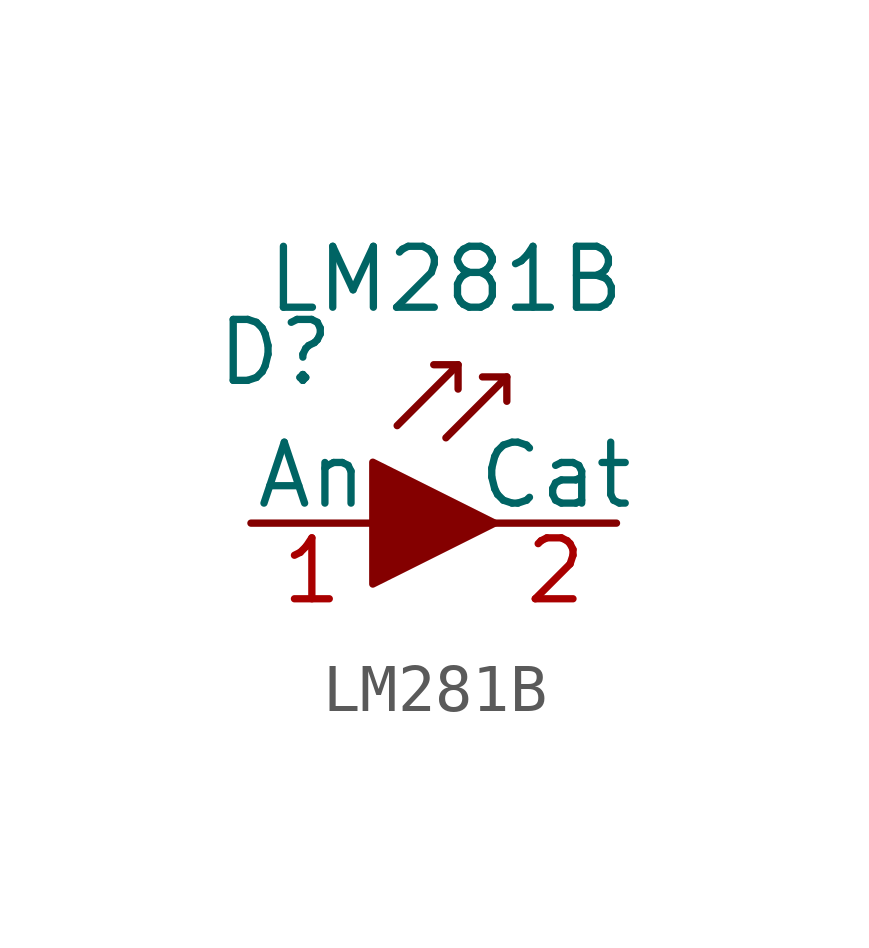
<source format=kicad_sym>
(kicad_symbol_lib
  (version 20211014)
  (generator kicad_symbol_editor)
  (symbol "LM281B"
    (pin_names
      (offset 0))
    (property "Reference" "D"
      (at -2.032 3.556 0)
      (effects (font (size 1.27 1.27))))
    (property "Value" "LM281B"
      (at 1.524 5.08 0)
      (effects (font (size 1.27 1.27))))
    (symbol "LM281B_0_1"
      (polyline (pts (xy 1.778 3.302) (xy 1.778 2.794)) (stroke (width 0) (type default) (color 0 0 0 0)) (fill (type none)))
      (polyline (pts (xy 2.794 3.048) (xy 2.794 2.54)) (stroke (width 0) (type default) (color 0 0 0 0)) (fill (type none)))
      (polyline (pts (xy 0.508 2.032) (xy 1.778 3.302) (xy 1.27 3.302)) (stroke (width 0) (type default) (color 0 0 0 0)) (fill (type none)))
      (polyline (pts (xy 1.524 1.778) (xy 2.794 3.048) (xy 2.286 3.048)) (stroke (width 0) (type default) (color 0 0 0 0)) (fill (type none)))
      (polyline (pts (xy 0 1.27) (xy 0 -1.27) (xy 2.54 0) (xy 0 1.27)) (stroke (width 0) (type default) (color 0 0 0 0)) (fill (type outline))))
    (symbol "LM281B_1_1"
      (pin input line (at -2.54 0 0) (length 2.54) (name "An" (effects (font (size 1.27 1.27)))) (number "1" (effects (font (size 1.27 1.27)))))
      (pin output line (at 5.08 0 180) (length 2.54) (name "Cat" (effects (font (size 1.27 1.27)))) (number "2" (effects (font (size 1.27 1.27))))))))
</source>
